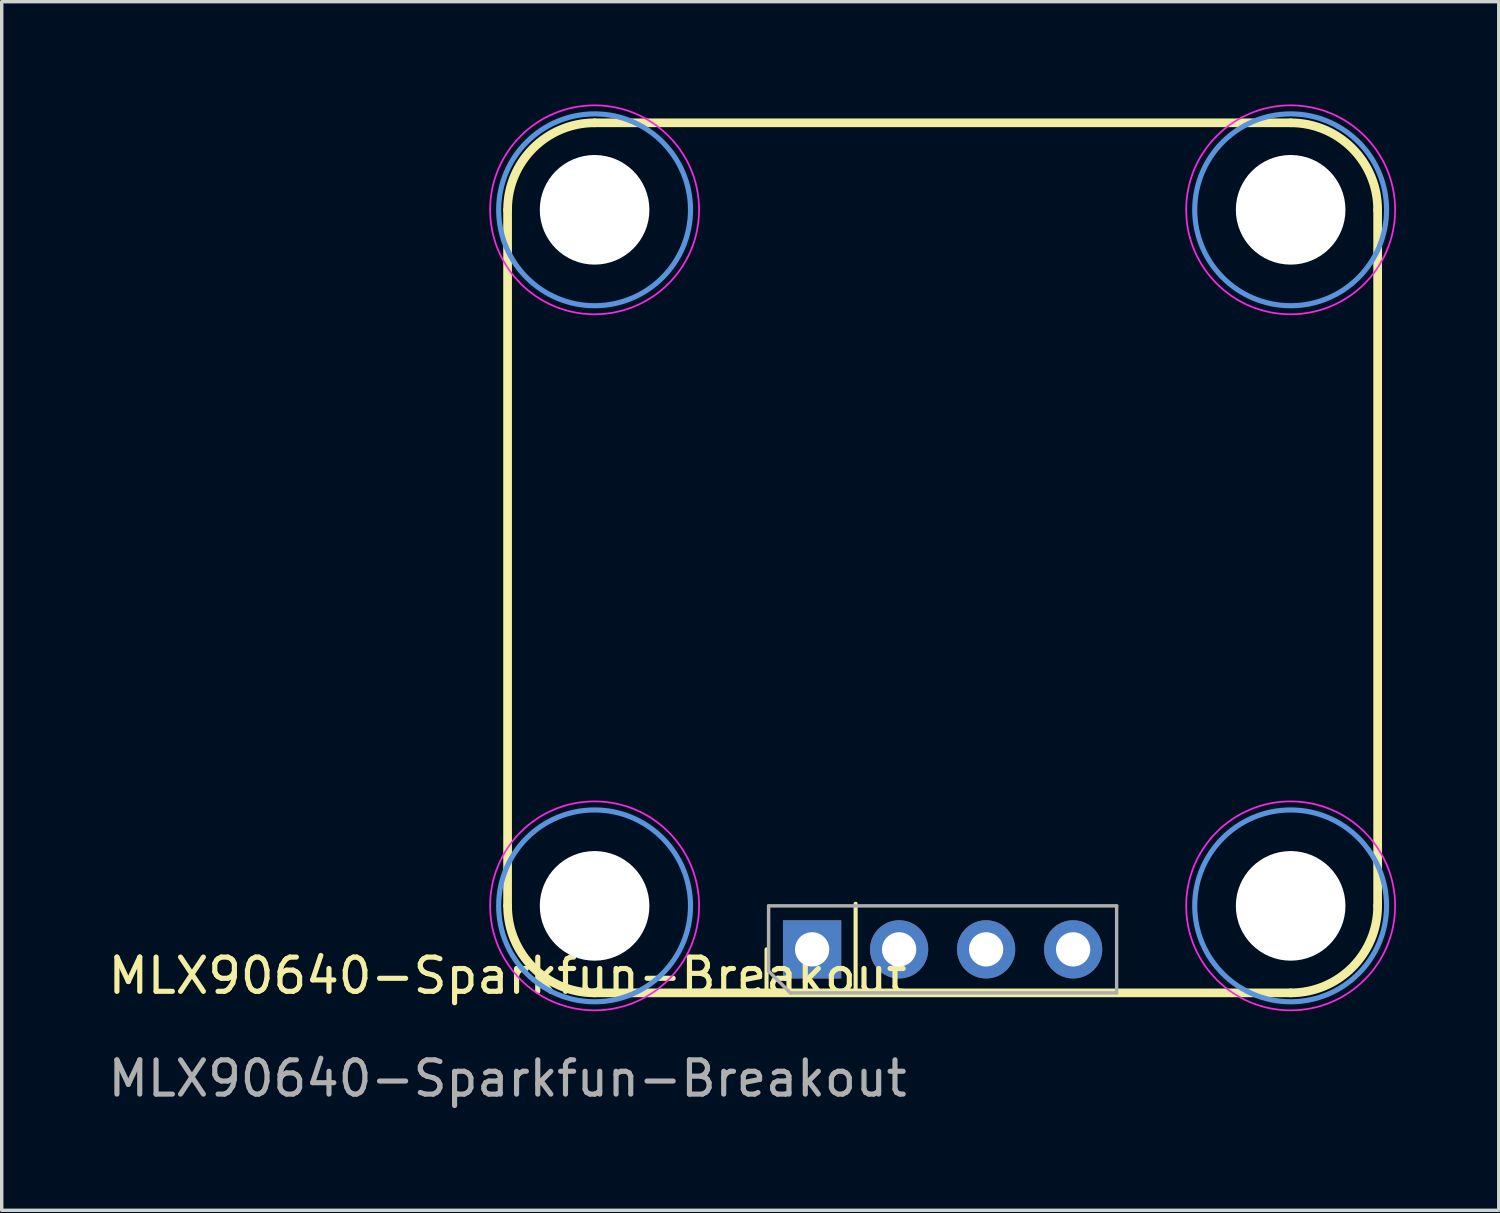
<source format=kicad_pcb>
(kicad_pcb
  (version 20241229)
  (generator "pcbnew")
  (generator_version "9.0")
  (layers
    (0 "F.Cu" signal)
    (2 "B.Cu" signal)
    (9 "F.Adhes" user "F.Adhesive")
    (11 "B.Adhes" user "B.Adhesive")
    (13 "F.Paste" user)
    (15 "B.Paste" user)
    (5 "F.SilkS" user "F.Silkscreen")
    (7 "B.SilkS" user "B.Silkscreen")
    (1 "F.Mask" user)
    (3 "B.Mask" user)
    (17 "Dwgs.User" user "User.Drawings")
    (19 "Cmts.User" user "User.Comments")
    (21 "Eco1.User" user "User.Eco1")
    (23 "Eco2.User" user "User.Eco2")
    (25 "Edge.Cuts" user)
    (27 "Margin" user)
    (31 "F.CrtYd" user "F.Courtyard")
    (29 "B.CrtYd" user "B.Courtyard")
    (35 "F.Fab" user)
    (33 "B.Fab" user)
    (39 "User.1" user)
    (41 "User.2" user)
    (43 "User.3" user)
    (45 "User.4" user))
  (footprint "MLX90640-Sparkfun-Breakout"
    (layer "F.Cu")
    (at 11.768 25.935)
    (property "Reference" "MLX90640-Sparkfun-Breakout" (at 0 -0.5 0) (unlocked yes) (layer "F.SilkS") (effects (font (size 1 1) (thickness 0.15))))
    (attr through_hole)
    (fp_line (start 0 -2.54) (end 0 -22.86) (stroke (width 0.254) (type default)) (layer "F.SilkS"))
    (fp_line (start 2.54 -25.4) (end 22.86 -25.4) (stroke (width 0.254) (type default)) (layer "F.SilkS"))
    (fp_line (start 7.56 0.06) (end 7.56 -1.27) (stroke (width 0.12) (type solid)) (layer "F.SilkS"))
    (fp_line (start 8.89 0.06) (end 7.56 0.06) (stroke (width 0.12) (type solid)) (layer "F.SilkS"))
    (fp_line (start 10.16 0.06) (end 10.16 -2.6) (stroke (width 0.12) (type solid)) (layer "F.SilkS"))
    (fp_line (start 22.86 0) (end 2.54 0) (stroke (width 0.254) (type default)) (layer "F.SilkS"))
    (fp_line (start 25.4 -22.86) (end 25.4 -2.54) (stroke (width 0.254) (type default)) (layer "F.SilkS"))
    (fp_arc (start 0 -22.86) (mid 0.743949 -24.656051) (end 2.54 -25.4) (stroke (width 0.254) (type default)) (layer "F.SilkS"))
    (fp_arc (start 2.54 0) (mid 0.743949 -0.743949) (end 0 -2.54) (stroke (width 0.254) (type default)) (layer "F.SilkS"))
    (fp_arc (start 22.86 -25.4) (mid 24.656051 -24.656051) (end 25.4 -22.86) (stroke (width 0.254) (type default)) (layer "F.SilkS"))
    (fp_arc (start 25.4 -2.54) (mid 24.656051 -0.743949) (end 22.86 0) (stroke (width 0.254) (type default)) (layer "F.SilkS"))
    (fp_circle (center 2.54 -22.86) (end 5.34 -22.86) (stroke (width 0.15) (type solid)) (fill no) (layer "Cmts.User"))
    (fp_circle (center 2.54 -2.54) (end 5.34 -2.54) (stroke (width 0.15) (type solid)) (fill no) (layer "Cmts.User"))
    (fp_circle (center 22.86 -22.86) (end 25.66 -22.86) (stroke (width 0.15) (type solid)) (fill no) (layer "Cmts.User"))
    (fp_circle (center 22.86 -2.54) (end 25.66 -2.54) (stroke (width 0.15) (type solid)) (fill no) (layer "Cmts.User"))
    (fp_circle (center 2.54 -22.86) (end 5.59 -22.86) (stroke (width 0.05) (type solid)) (fill no) (layer "F.CrtYd"))
    (fp_circle (center 2.54 -2.54) (end 5.59 -2.54) (stroke (width 0.05) (type solid)) (fill no) (layer "F.CrtYd"))
    (fp_circle (center 22.86 -22.86) (end 25.91 -22.86) (stroke (width 0.05) (type solid)) (fill no) (layer "F.CrtYd"))
    (fp_circle (center 22.86 -2.54) (end 25.91 -2.54) (stroke (width 0.05) (type solid)) (fill no) (layer "F.CrtYd"))
    (fp_line (start 7.62 -2.54) (end 17.78 -2.54) (stroke (width 0.1) (type solid)) (layer "F.Fab"))
    (fp_line (start 7.62 -0.635) (end 7.62 -2.54) (stroke (width 0.1) (type solid)) (layer "F.Fab"))
    (fp_line (start 8.255 0) (end 7.62 -0.635) (stroke (width 0.1) (type solid)) (layer "F.Fab"))
    (fp_line (start 17.78 -2.54) (end 17.78 0) (stroke (width 0.1) (type solid)) (layer "F.Fab"))
    (fp_line (start 17.78 0) (end 8.255 0) (stroke (width 0.1) (type solid)) (layer "F.Fab"))
    (fp_text user "${REFERENCE}" (at 0 2.5 0) (unlocked yes) (layer "F.Fab") (effects (font (size 1 1) (thickness 0.15))))
    (pad "" np_thru_hole circle (at 2.54 -22.86) (size 3.2 3.2) (drill 3.2) (layers "*.Cu" "*.Mask"))
    (pad "" np_thru_hole circle (at 2.54 -2.54) (size 3.2 3.2) (drill 3.2) (layers "*.Cu" "*.Mask"))
    (pad "" np_thru_hole circle (at 22.86 -22.86) (size 3.2 3.2) (drill 3.2) (layers "*.Cu" "*.Mask"))
    (pad "" np_thru_hole circle (at 22.86 -2.54) (size 3.2 3.2) (drill 3.2) (layers "*.Cu" "*.Mask"))
    (pad "1" thru_hole rect (at 8.89 -1.27 90) (size 1.7 1.7) (drill 1) (layers "*.Cu" "*.Mask"))
    (pad "2" thru_hole oval (at 11.43 -1.27 90) (size 1.7 1.7) (drill 1) (layers "*.Cu" "*.Mask"))
    (pad "3" thru_hole oval (at 13.97 -1.27 90) (size 1.7 1.7) (drill 1) (layers "*.Cu" "*.Mask"))
    (pad "4" thru_hole oval (at 16.51 -1.27 90) (size 1.7 1.7) (drill 1) (layers "*.Cu" "*.Mask")))
  (gr_rect
    (start -3 -3)
    (end 40.703 32.283)
    (stroke (width 0.1) (type default))
    (fill no)
    (layer "Edge.Cuts")))
</source>
